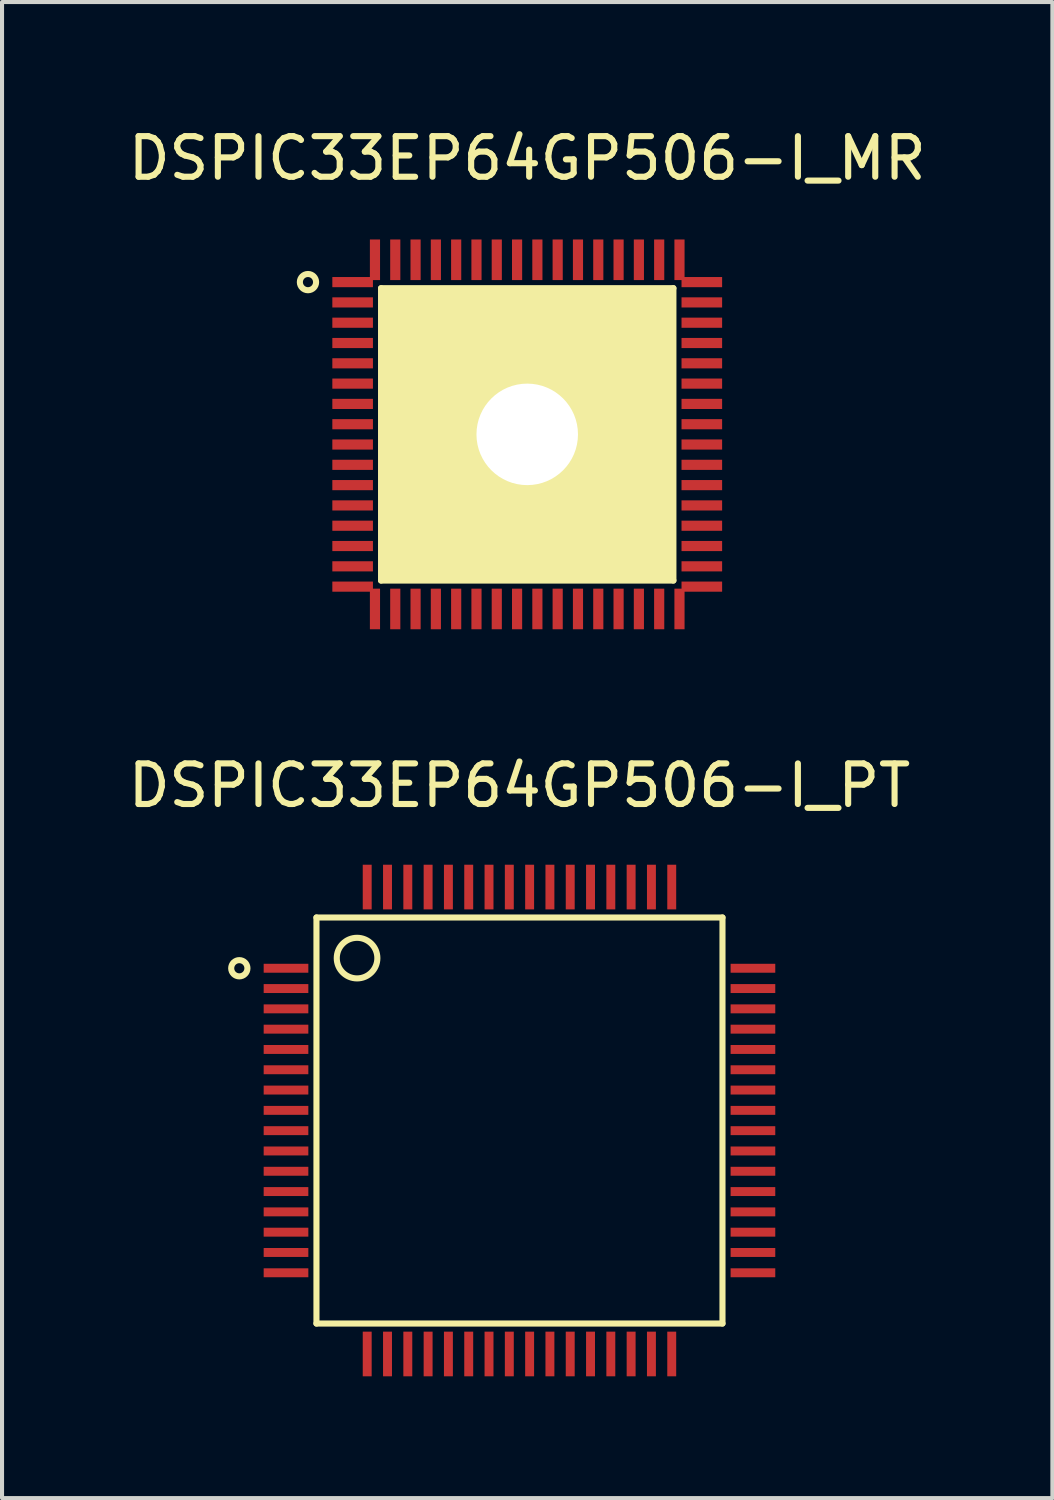
<source format=kicad_pcb>
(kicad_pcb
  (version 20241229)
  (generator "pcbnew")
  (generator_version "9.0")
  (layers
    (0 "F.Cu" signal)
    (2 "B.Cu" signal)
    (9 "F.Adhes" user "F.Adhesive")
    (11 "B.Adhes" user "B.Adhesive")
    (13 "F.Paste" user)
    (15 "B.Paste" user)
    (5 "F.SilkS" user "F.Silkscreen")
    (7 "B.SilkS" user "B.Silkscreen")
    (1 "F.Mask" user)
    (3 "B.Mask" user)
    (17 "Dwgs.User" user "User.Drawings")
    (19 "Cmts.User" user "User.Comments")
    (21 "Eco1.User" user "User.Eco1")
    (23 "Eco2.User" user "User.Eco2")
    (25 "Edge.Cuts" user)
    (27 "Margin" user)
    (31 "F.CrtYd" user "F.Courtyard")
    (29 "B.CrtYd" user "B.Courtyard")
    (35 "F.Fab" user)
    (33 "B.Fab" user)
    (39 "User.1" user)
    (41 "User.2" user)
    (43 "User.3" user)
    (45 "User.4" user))
  (footprint "DSPIC33EP64GP506-I_PT"
    (layer "F.Cu")
    (at 3.994 18.797)
    (property "Reference" "DSPIC33EP64GP506-I_PT" (at 5.75 -2.5 0) (layer "F.SilkS") (effects (font (size 1 1) (thickness 0.15))))
    (attr through_hole)
    (fp_line (start 0.75 0.75) (end 0.75 10.75) (stroke (width 0.15) (type solid)) (layer "F.SilkS"))
    (fp_line (start 0.75 0.75) (end 10.75 0.75) (stroke (width 0.15) (type solid)) (layer "F.SilkS"))
    (fp_line (start 0.75 10.75) (end 10.75 10.75) (stroke (width 0.15) (type solid)) (layer "F.SilkS"))
    (fp_line (start 10.75 10.75) (end 10.75 0.75) (stroke (width 0.15) (type solid)) (layer "F.SilkS"))
    (fp_circle (center -1.15 2) (end -1.15 1.8) (stroke (width 0.15) (type solid)) (fill no) (layer "F.SilkS"))
    (fp_circle (center 1.75 1.75) (end 1.75 1.25) (stroke (width 0.15) (type solid)) (fill no) (layer "F.SilkS"))
    (pad "1" smd rect (at 0 2) (size 1.1 0.22) (layers "F.Cu" "F.Mask" "F.Paste"))
    (pad "2" smd rect (at 0 2.5) (size 1.1 0.22) (layers "F.Cu" "F.Mask" "F.Paste"))
    (pad "3" smd rect (at 0 3) (size 1.1 0.22) (layers "F.Cu" "F.Mask" "F.Paste"))
    (pad "4" smd rect (at 0 3.5) (size 1.1 0.22) (layers "F.Cu" "F.Mask" "F.Paste"))
    (pad "5" smd rect (at 0 4) (size 1.1 0.22) (layers "F.Cu" "F.Mask" "F.Paste"))
    (pad "6" smd rect (at 0 4.5) (size 1.1 0.22) (layers "F.Cu" "F.Mask" "F.Paste"))
    (pad "7" smd rect (at 0 5) (size 1.1 0.22) (layers "F.Cu" "F.Mask" "F.Paste"))
    (pad "8" smd rect (at 0 5.5) (size 1.1 0.22) (layers "F.Cu" "F.Mask" "F.Paste"))
    (pad "9" smd rect (at 0 6) (size 1.1 0.22) (layers "F.Cu" "F.Mask" "F.Paste"))
    (pad "10" smd rect (at 0 6.5) (size 1.1 0.22) (layers "F.Cu" "F.Mask" "F.Paste"))
    (pad "11" smd rect (at 0 7) (size 1.1 0.22) (layers "F.Cu" "F.Mask" "F.Paste"))
    (pad "12" smd rect (at 0 7.5) (size 1.1 0.22) (layers "F.Cu" "F.Mask" "F.Paste"))
    (pad "13" smd rect (at 0 8) (size 1.1 0.22) (layers "F.Cu" "F.Mask" "F.Paste"))
    (pad "14" smd rect (at 0 8.5) (size 1.1 0.22) (layers "F.Cu" "F.Mask" "F.Paste"))
    (pad "15" smd rect (at 0 9) (size 1.1 0.22) (layers "F.Cu" "F.Mask" "F.Paste"))
    (pad "16" smd rect (at 0 9.5) (size 1.1 0.22) (layers "F.Cu" "F.Mask" "F.Paste"))
    (pad "17" smd rect (at 2 11.5) (size 0.22 1.1) (layers "F.Cu" "F.Mask" "F.Paste"))
    (pad "18" smd rect (at 2.5 11.5) (size 0.22 1.1) (layers "F.Cu" "F.Mask" "F.Paste"))
    (pad "19" smd rect (at 3 11.5) (size 0.22 1.1) (layers "F.Cu" "F.Mask" "F.Paste"))
    (pad "20" smd rect (at 3.5 11.5) (size 0.22 1.1) (layers "F.Cu" "F.Mask" "F.Paste"))
    (pad "21" smd rect (at 4 11.5) (size 0.22 1.1) (layers "F.Cu" "F.Mask" "F.Paste"))
    (pad "22" smd rect (at 4.5 11.5) (size 0.22 1.1) (layers "F.Cu" "F.Mask" "F.Paste"))
    (pad "23" smd rect (at 5 11.5) (size 0.22 1.1) (layers "F.Cu" "F.Mask" "F.Paste"))
    (pad "24" smd rect (at 5.5 11.5) (size 0.22 1.1) (layers "F.Cu" "F.Mask" "F.Paste"))
    (pad "25" smd rect (at 6 11.5) (size 0.22 1.1) (layers "F.Cu" "F.Mask" "F.Paste"))
    (pad "26" smd rect (at 6.5 11.5) (size 0.22 1.1) (layers "F.Cu" "F.Mask" "F.Paste"))
    (pad "27" smd rect (at 7 11.5) (size 0.22 1.1) (layers "F.Cu" "F.Mask" "F.Paste"))
    (pad "28" smd rect (at 7.5 11.5) (size 0.22 1.1) (layers "F.Cu" "F.Mask" "F.Paste"))
    (pad "29" smd rect (at 8 11.5) (size 0.22 1.1) (layers "F.Cu" "F.Mask" "F.Paste"))
    (pad "30" smd rect (at 8.5 11.5) (size 0.22 1.1) (layers "F.Cu" "F.Mask" "F.Paste"))
    (pad "31" smd rect (at 9 11.5) (size 0.22 1.1) (layers "F.Cu" "F.Mask" "F.Paste"))
    (pad "32" smd rect (at 9.5 11.5) (size 0.22 1.1) (layers "F.Cu" "F.Mask" "F.Paste"))
    (pad "33" smd rect (at 11.5 9.5) (size 1.1 0.22) (layers "F.Cu" "F.Mask" "F.Paste"))
    (pad "34" smd rect (at 11.5 9) (size 1.1 0.22) (layers "F.Cu" "F.Mask" "F.Paste"))
    (pad "35" smd rect (at 11.5 8.5) (size 1.1 0.22) (layers "F.Cu" "F.Mask" "F.Paste"))
    (pad "36" smd rect (at 11.5 8) (size 1.1 0.22) (layers "F.Cu" "F.Mask" "F.Paste"))
    (pad "37" smd rect (at 11.5 7.5) (size 1.1 0.22) (layers "F.Cu" "F.Mask" "F.Paste"))
    (pad "38" smd rect (at 11.5 7) (size 1.1 0.22) (layers "F.Cu" "F.Mask" "F.Paste"))
    (pad "39" smd rect (at 11.5 6.5) (size 1.1 0.22) (layers "F.Cu" "F.Mask" "F.Paste"))
    (pad "40" smd rect (at 11.5 6) (size 1.1 0.22) (layers "F.Cu" "F.Mask" "F.Paste"))
    (pad "41" smd rect (at 11.5 5.5) (size 1.1 0.22) (layers "F.Cu" "F.Mask" "F.Paste"))
    (pad "42" smd rect (at 11.5 5) (size 1.1 0.22) (layers "F.Cu" "F.Mask" "F.Paste"))
    (pad "43" smd rect (at 11.5 4.5) (size 1.1 0.22) (layers "F.Cu" "F.Mask" "F.Paste"))
    (pad "44" smd rect (at 11.5 4) (size 1.1 0.22) (layers "F.Cu" "F.Mask" "F.Paste"))
    (pad "45" smd rect (at 11.5 3.5) (size 1.1 0.22) (layers "F.Cu" "F.Mask" "F.Paste"))
    (pad "46" smd rect (at 11.5 3) (size 1.1 0.22) (layers "F.Cu" "F.Mask" "F.Paste"))
    (pad "47" smd rect (at 11.5 2.5) (size 1.1 0.22) (layers "F.Cu" "F.Mask" "F.Paste"))
    (pad "48" smd rect (at 11.5 2) (size 1.1 0.22) (layers "F.Cu" "F.Mask" "F.Paste"))
    (pad "49" smd rect (at 9.5 0) (size 0.22 1.1) (layers "F.Cu" "F.Mask" "F.Paste"))
    (pad "50" smd rect (at 9 0) (size 0.22 1.1) (layers "F.Cu" "F.Mask" "F.Paste"))
    (pad "51" smd rect (at 8.5 0) (size 0.22 1.1) (layers "F.Cu" "F.Mask" "F.Paste"))
    (pad "52" smd rect (at 8 0) (size 0.22 1.1) (layers "F.Cu" "F.Mask" "F.Paste"))
    (pad "53" smd rect (at 7.5 0) (size 0.22 1.1) (layers "F.Cu" "F.Mask" "F.Paste"))
    (pad "54" smd rect (at 7 0) (size 0.22 1.1) (layers "F.Cu" "F.Mask" "F.Paste"))
    (pad "55" smd rect (at 6.5 0) (size 0.22 1.1) (layers "F.Cu" "F.Mask" "F.Paste"))
    (pad "56" smd rect (at 6 0) (size 0.22 1.1) (layers "F.Cu" "F.Mask" "F.Paste"))
    (pad "57" smd rect (at 5.5 0) (size 0.22 1.1) (layers "F.Cu" "F.Mask" "F.Paste"))
    (pad "58" smd rect (at 5 0) (size 0.22 1.1) (layers "F.Cu" "F.Mask" "F.Paste"))
    (pad "59" smd rect (at 4.5 0) (size 0.22 1.1) (layers "F.Cu" "F.Mask" "F.Paste"))
    (pad "60" smd rect (at 4 0) (size 0.22 1.1) (layers "F.Cu" "F.Mask" "F.Paste"))
    (pad "61" smd rect (at 3.5 0) (size 0.22 1.1) (layers "F.Cu" "F.Mask" "F.Paste"))
    (pad "62" smd rect (at 3 0) (size 0.22 1.1) (layers "F.Cu" "F.Mask" "F.Paste"))
    (pad "63" smd rect (at 2.5 0) (size 0.22 1.1) (layers "F.Cu" "F.Mask" "F.Paste"))
    (pad "64" smd rect (at 2 0) (size 0.22 1.1) (layers "F.Cu" "F.Mask" "F.Paste")))
  (footprint "DSPIC33EP64GP506-I_MR"
    (layer "F.Cu")
    (at 5.635 3.348)
    (property "Reference" "DSPIC33EP64GP506-I_MR" (at 4.3 -2.5 0) (layer "F.SilkS") (effects (font (size 1 1) (thickness 0.15))))
    (attr through_hole)
    (fp_line (start 0.7 0.7) (end 0.7 7.9) (stroke (width 0.15) (type solid)) (layer "F.SilkS"))
    (fp_line (start 0.7 0.7) (end 7.9 0.7) (stroke (width 0.15) (type solid)) (layer "F.SilkS"))
    (fp_line (start 0.7 7.9) (end 7.9 7.9) (stroke (width 0.15) (type solid)) (layer "F.SilkS"))
    (fp_line (start 7.9 7.9) (end 7.9 0.7) (stroke (width 0.15) (type solid)) (layer "F.SilkS"))
    (fp_circle (center -1.1 0.55) (end -1.1 0.35) (stroke (width 0.15) (type solid)) (fill no) (layer "F.SilkS"))
    (fp_circle (center 1.7 1.7) (end 1.7 1.2) (stroke (width 0.15) (type solid)) (fill no) (layer "F.SilkS"))
    (pad "1" smd rect (at 0 0.55) (size 1 0.25) (layers "F.Cu" "F.Mask" "F.Paste"))
    (pad "2" smd rect (at 0 1.05) (size 1 0.25) (layers "F.Cu" "F.Mask" "F.Paste"))
    (pad "3" smd rect (at 0 1.55) (size 1 0.25) (layers "F.Cu" "F.Mask" "F.Paste"))
    (pad "4" smd rect (at 0 2.05) (size 1 0.25) (layers "F.Cu" "F.Mask" "F.Paste"))
    (pad "5" smd rect (at 0 2.55) (size 1 0.25) (layers "F.Cu" "F.Mask" "F.Paste"))
    (pad "6" smd rect (at 0 3.05) (size 1 0.25) (layers "F.Cu" "F.Mask" "F.Paste"))
    (pad "7" smd rect (at 0 3.55) (size 1 0.25) (layers "F.Cu" "F.Mask" "F.Paste"))
    (pad "8" smd rect (at 0 4.05) (size 1 0.25) (layers "F.Cu" "F.Mask" "F.Paste"))
    (pad "9" smd rect (at 0 4.55) (size 1 0.25) (layers "F.Cu" "F.Mask" "F.Paste"))
    (pad "10" smd rect (at 0 5.05) (size 1 0.25) (layers "F.Cu" "F.Mask" "F.Paste"))
    (pad "11" smd rect (at 0 5.55) (size 1 0.25) (layers "F.Cu" "F.Mask" "F.Paste"))
    (pad "12" smd rect (at 0 6.05) (size 1 0.25) (layers "F.Cu" "F.Mask" "F.Paste"))
    (pad "13" smd rect (at 0 6.55) (size 1 0.25) (layers "F.Cu" "F.Mask" "F.Paste"))
    (pad "14" smd rect (at 0 7.05) (size 1 0.25) (layers "F.Cu" "F.Mask" "F.Paste"))
    (pad "15" smd rect (at 0 7.55) (size 1 0.25) (layers "F.Cu" "F.Mask" "F.Paste"))
    (pad "16" smd rect (at 0 8.05) (size 1 0.25) (layers "F.Cu" "F.Mask" "F.Paste"))
    (pad "17" smd rect (at 0.55 8.6) (size 0.25 1) (layers "F.Cu" "F.Mask" "F.Paste"))
    (pad "18" smd rect (at 1.05 8.6) (size 0.25 1) (layers "F.Cu" "F.Mask" "F.Paste"))
    (pad "19" smd rect (at 1.55 8.6) (size 0.25 1) (layers "F.Cu" "F.Mask" "F.Paste"))
    (pad "20" smd rect (at 2.05 8.6) (size 0.25 1) (layers "F.Cu" "F.Mask" "F.Paste"))
    (pad "21" smd rect (at 2.55 8.6) (size 0.25 1) (layers "F.Cu" "F.Mask" "F.Paste"))
    (pad "22" smd rect (at 3.05 8.6) (size 0.25 1) (layers "F.Cu" "F.Mask" "F.Paste"))
    (pad "23" smd rect (at 3.55 8.6) (size 0.25 1) (layers "F.Cu" "F.Mask" "F.Paste"))
    (pad "24" smd rect (at 4.05 8.6) (size 0.25 1) (layers "F.Cu" "F.Mask" "F.Paste"))
    (pad "25" smd rect (at 4.55 8.6) (size 0.25 1) (layers "F.Cu" "F.Mask" "F.Paste"))
    (pad "26" smd rect (at 5.05 8.6) (size 0.25 1) (layers "F.Cu" "F.Mask" "F.Paste"))
    (pad "27" smd rect (at 5.55 8.6) (size 0.25 1) (layers "F.Cu" "F.Mask" "F.Paste"))
    (pad "28" smd rect (at 6.05 8.6) (size 0.25 1) (layers "F.Cu" "F.Mask" "F.Paste"))
    (pad "29" smd rect (at 6.55 8.6) (size 0.25 1) (layers "F.Cu" "F.Mask" "F.Paste"))
    (pad "30" smd rect (at 7.05 8.6) (size 0.25 1) (layers "F.Cu" "F.Mask" "F.Paste"))
    (pad "31" smd rect (at 7.55 8.6) (size 0.25 1) (layers "F.Cu" "F.Mask" "F.Paste"))
    (pad "32" smd rect (at 8.05 8.6) (size 0.25 1) (layers "F.Cu" "F.Mask" "F.Paste"))
    (pad "33" smd rect (at 8.6 8.05) (size 1 0.25) (layers "F.Cu" "F.Mask" "F.Paste"))
    (pad "34" smd rect (at 8.6 7.55) (size 1 0.25) (layers "F.Cu" "F.Mask" "F.Paste"))
    (pad "35" smd rect (at 8.6 7.05) (size 1 0.25) (layers "F.Cu" "F.Mask" "F.Paste"))
    (pad "36" smd rect (at 8.6 6.55) (size 1 0.25) (layers "F.Cu" "F.Mask" "F.Paste"))
    (pad "37" smd rect (at 8.6 6.05) (size 1 0.25) (layers "F.Cu" "F.Mask" "F.Paste"))
    (pad "38" smd rect (at 8.6 5.55) (size 1 0.25) (layers "F.Cu" "F.Mask" "F.Paste"))
    (pad "39" smd rect (at 8.6 5.05) (size 1 0.25) (layers "F.Cu" "F.Mask" "F.Paste"))
    (pad "40" smd rect (at 8.6 4.55) (size 1 0.25) (layers "F.Cu" "F.Mask" "F.Paste"))
    (pad "41" smd rect (at 8.6 4.05) (size 1 0.25) (layers "F.Cu" "F.Mask" "F.Paste"))
    (pad "42" smd rect (at 8.6 3.55) (size 1 0.25) (layers "F.Cu" "F.Mask" "F.Paste"))
    (pad "43" smd rect (at 8.6 3.05) (size 1 0.25) (layers "F.Cu" "F.Mask" "F.Paste"))
    (pad "44" smd rect (at 8.6 2.55) (size 1 0.25) (layers "F.Cu" "F.Mask" "F.Paste"))
    (pad "45" smd rect (at 8.6 2.05) (size 1 0.25) (layers "F.Cu" "F.Mask" "F.Paste"))
    (pad "46" smd rect (at 8.6 1.55) (size 1 0.25) (layers "F.Cu" "F.Mask" "F.Paste"))
    (pad "47" smd rect (at 8.6 1.05) (size 1 0.25) (layers "F.Cu" "F.Mask" "F.Paste"))
    (pad "48" smd rect (at 8.6 0.55) (size 1 0.25) (layers "F.Cu" "F.Mask" "F.Paste"))
    (pad "49" smd rect (at 8.05 0) (size 0.25 1) (layers "F.Cu" "F.Mask" "F.Paste"))
    (pad "50" smd rect (at 7.55 0) (size 0.25 1) (layers "F.Cu" "F.Mask" "F.Paste"))
    (pad "51" smd rect (at 7.05 0) (size 0.25 1) (layers "F.Cu" "F.Mask" "F.Paste"))
    (pad "52" smd rect (at 6.55 0) (size 0.25 1) (layers "F.Cu" "F.Mask" "F.Paste"))
    (pad "53" smd rect (at 6.05 0) (size 0.25 1) (layers "F.Cu" "F.Mask" "F.Paste"))
    (pad "54" smd rect (at 5.55 0) (size 0.25 1) (layers "F.Cu" "F.Mask" "F.Paste"))
    (pad "55" smd rect (at 5.05 0) (size 0.25 1) (layers "F.Cu" "F.Mask" "F.Paste"))
    (pad "56" smd rect (at 4.55 0) (size 0.25 1) (layers "F.Cu" "F.Mask" "F.Paste"))
    (pad "57" smd rect (at 4.05 0) (size 0.25 1) (layers "F.Cu" "F.Mask" "F.Paste"))
    (pad "58" smd rect (at 3.55 0) (size 0.25 1) (layers "F.Cu" "F.Mask" "F.Paste"))
    (pad "59" smd rect (at 3.05 0) (size 0.25 1) (layers "F.Cu" "F.Mask" "F.Paste"))
    (pad "60" smd rect (at 2.55 0) (size 0.25 1) (layers "F.Cu" "F.Mask" "F.Paste"))
    (pad "61" smd rect (at 2.05 0) (size 0.25 1) (layers "F.Cu" "F.Mask" "F.Paste"))
    (pad "62" smd rect (at 1.55 0) (size 0.25 1) (layers "F.Cu" "F.Mask" "F.Paste"))
    (pad "63" smd rect (at 1.05 0) (size 0.25 1) (layers "F.Cu" "F.Mask" "F.Paste"))
    (pad "64" smd rect (at 0.55 0) (size 0.25 1) (layers "F.Cu" "F.Mask" "F.Paste"))
    (pad "999" thru_hole rect (at 4.3 4.3) (size 7.15 7.15) (drill 2.5) (layers "*.Cu" "*.Mask" "F.SilkS")))
  (gr_rect
    (start -3 -3)
    (end 22.869 33.846)
    (stroke (width 0.1) (type default))
    (fill no)
    (layer "Edge.Cuts")))
</source>
